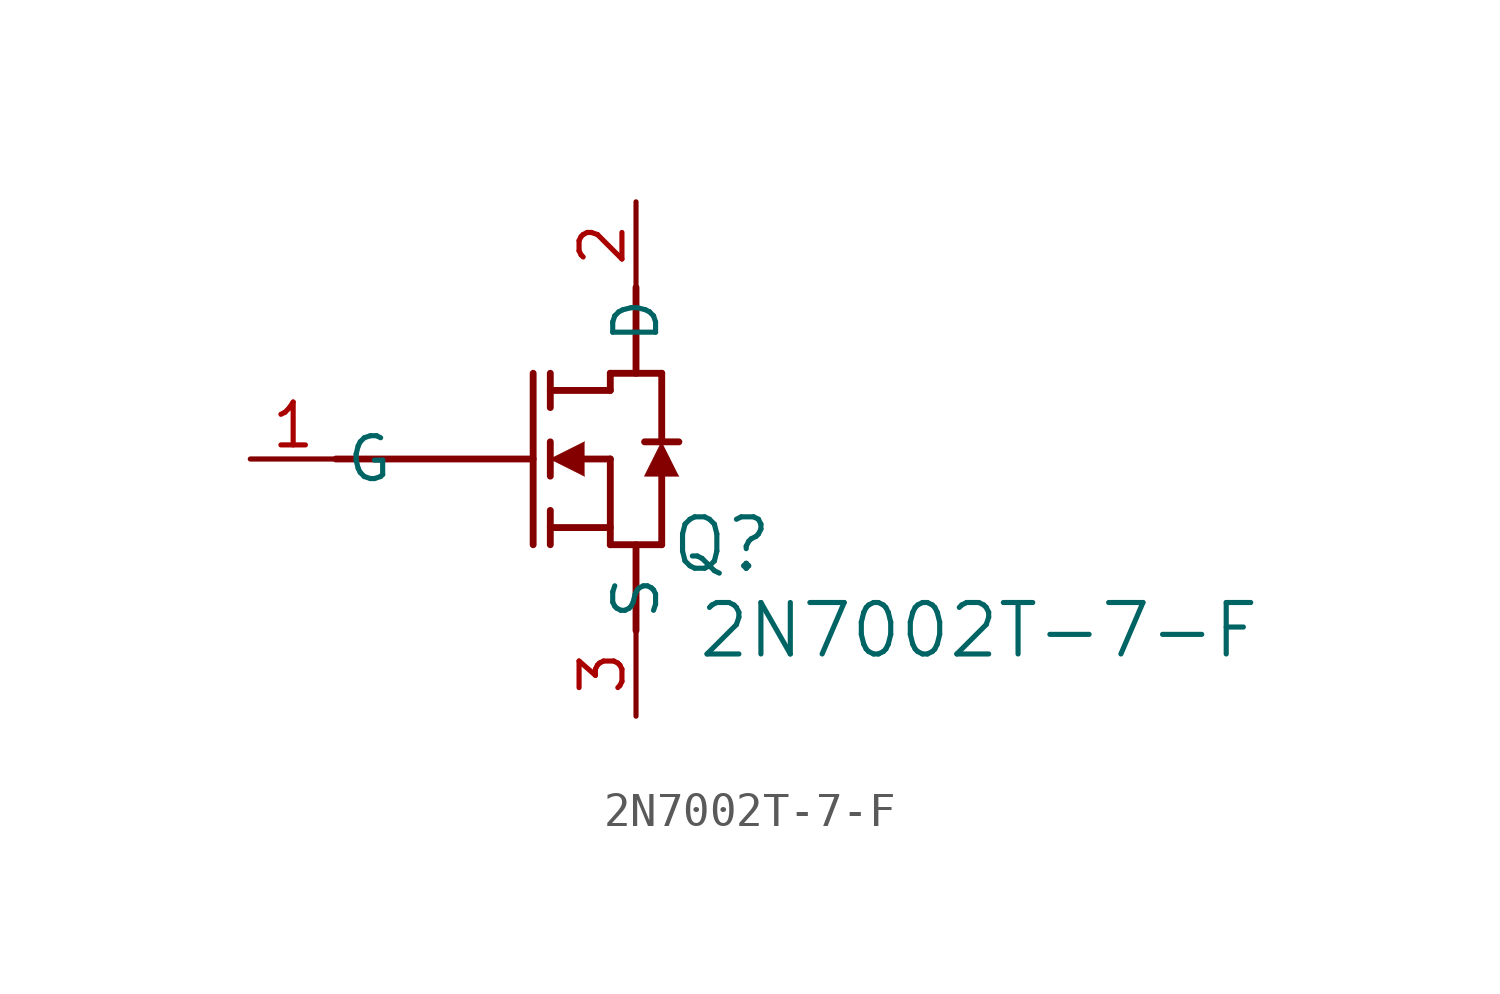
<source format=kicad_sym>
(kicad_symbol_lib
  (version 20220914)
  (generator kicad_symbol_editor)
  (symbol "2N7002T-7-F"
    (pin_names
      (offset 0.254))
    (property "Reference" "Q"
      (at 13.97 -2.54 0)
      (effects (font (size 1.524 1.524))))
    (property "Value" "2N7002T-7-F"
      (at 21.59 -5.08 0)
      (effects (font (size 1.524 1.524))))
    (symbol "2N7002T-7-F_0_1"
      (polyline (pts (xy 2.54 0) (xy 8.382 0)) (stroke (width 0.203) (type default)) (fill (type none)))
      (polyline (pts (xy 8.382 -2.54) (xy 8.382 2.54)) (stroke (width 0.203) (type default)) (fill (type none)))
      (polyline (pts (xy 8.89 -2.54) (xy 8.89 -1.524)) (stroke (width 0.203) (type default)) (fill (type none)))
      (polyline (pts (xy 8.89 -2.032) (xy 10.668 -2.032)) (stroke (width 0.203) (type default)) (fill (type none)))
      (polyline (pts (xy 8.89 -0.508) (xy 8.89 0.508)) (stroke (width 0.203) (type default)) (fill (type none)))
      (polyline (pts (xy 8.89 1.524) (xy 8.89 2.54)) (stroke (width 0.203) (type default)) (fill (type none)))
      (polyline (pts (xy 8.89 2.032) (xy 10.668 2.032)) (stroke (width 0.203) (type default)) (fill (type none)))
      (polyline (pts (xy 9.906 0) (xy 10.668 0)) (stroke (width 0.203) (type default)) (fill (type none)))
      (polyline (pts (xy 10.668 -2.54) (xy 10.668 0)) (stroke (width 0.203) (type default)) (fill (type none)))
      (polyline (pts (xy 10.668 -2.54) (xy 12.192 -2.54)) (stroke (width 0.203) (type default)) (fill (type none)))
      (polyline (pts (xy 10.668 2.032) (xy 10.668 2.54)) (stroke (width 0.203) (type default)) (fill (type none)))
      (polyline (pts (xy 10.668 2.54) (xy 12.192 2.54)) (stroke (width 0.203) (type default)) (fill (type none)))
      (polyline (pts (xy 11.43 -5.08) (xy 11.43 -2.54)) (stroke (width 0.203) (type default)) (fill (type none)))
      (polyline (pts (xy 11.43 3.81) (xy 11.43 2.54)) (stroke (width 0.203) (type default)) (fill (type none)))
      (polyline (pts (xy 11.43 3.81) (xy 11.43 5.08)) (stroke (width 0.203) (type default)) (fill (type none)))
      (polyline (pts (xy 12.192 -2.54) (xy 12.192 -0.508)) (stroke (width 0.203) (type default)) (fill (type none)))
      (polyline (pts (xy 12.192 0.508) (xy 12.192 2.54)) (stroke (width 0.203) (type default)) (fill (type none)))
      (polyline (pts (xy 12.7 0.508) (xy 11.684 0.508)) (stroke (width 0.203) (type default)) (fill (type none)))
      (polyline (pts (xy 9.906 0.508) (xy 8.89 0) (xy 9.906 -0.508)) (stroke (width 0.025) (type default)) (fill (type outline)))
      (polyline (pts (xy 12.7 -0.508) (xy 11.684 -0.508) (xy 12.192 0.508)) (stroke (width 0.025) (type default)) (fill (type outline))))
    (symbol "2N7002T-7-F_1_1"
      (pin power_out line (at 0 0 0) (length 2.54) (name "G" (effects (font (size 1.27 1.27)))) (number "1" (effects (font (size 1.27 1.27)))))
      (pin power_in line (at 11.43 7.62 270) (length 2.54) (name "D" (effects (font (size 1.27 1.27)))) (number "2" (effects (font (size 1.27 1.27)))))
      (pin power_out line (at 11.43 -7.62 90) (length 2.54) (name "S" (effects (font (size 1.27 1.27)))) (number "3" (effects (font (size 1.27 1.27))))))))
</source>
